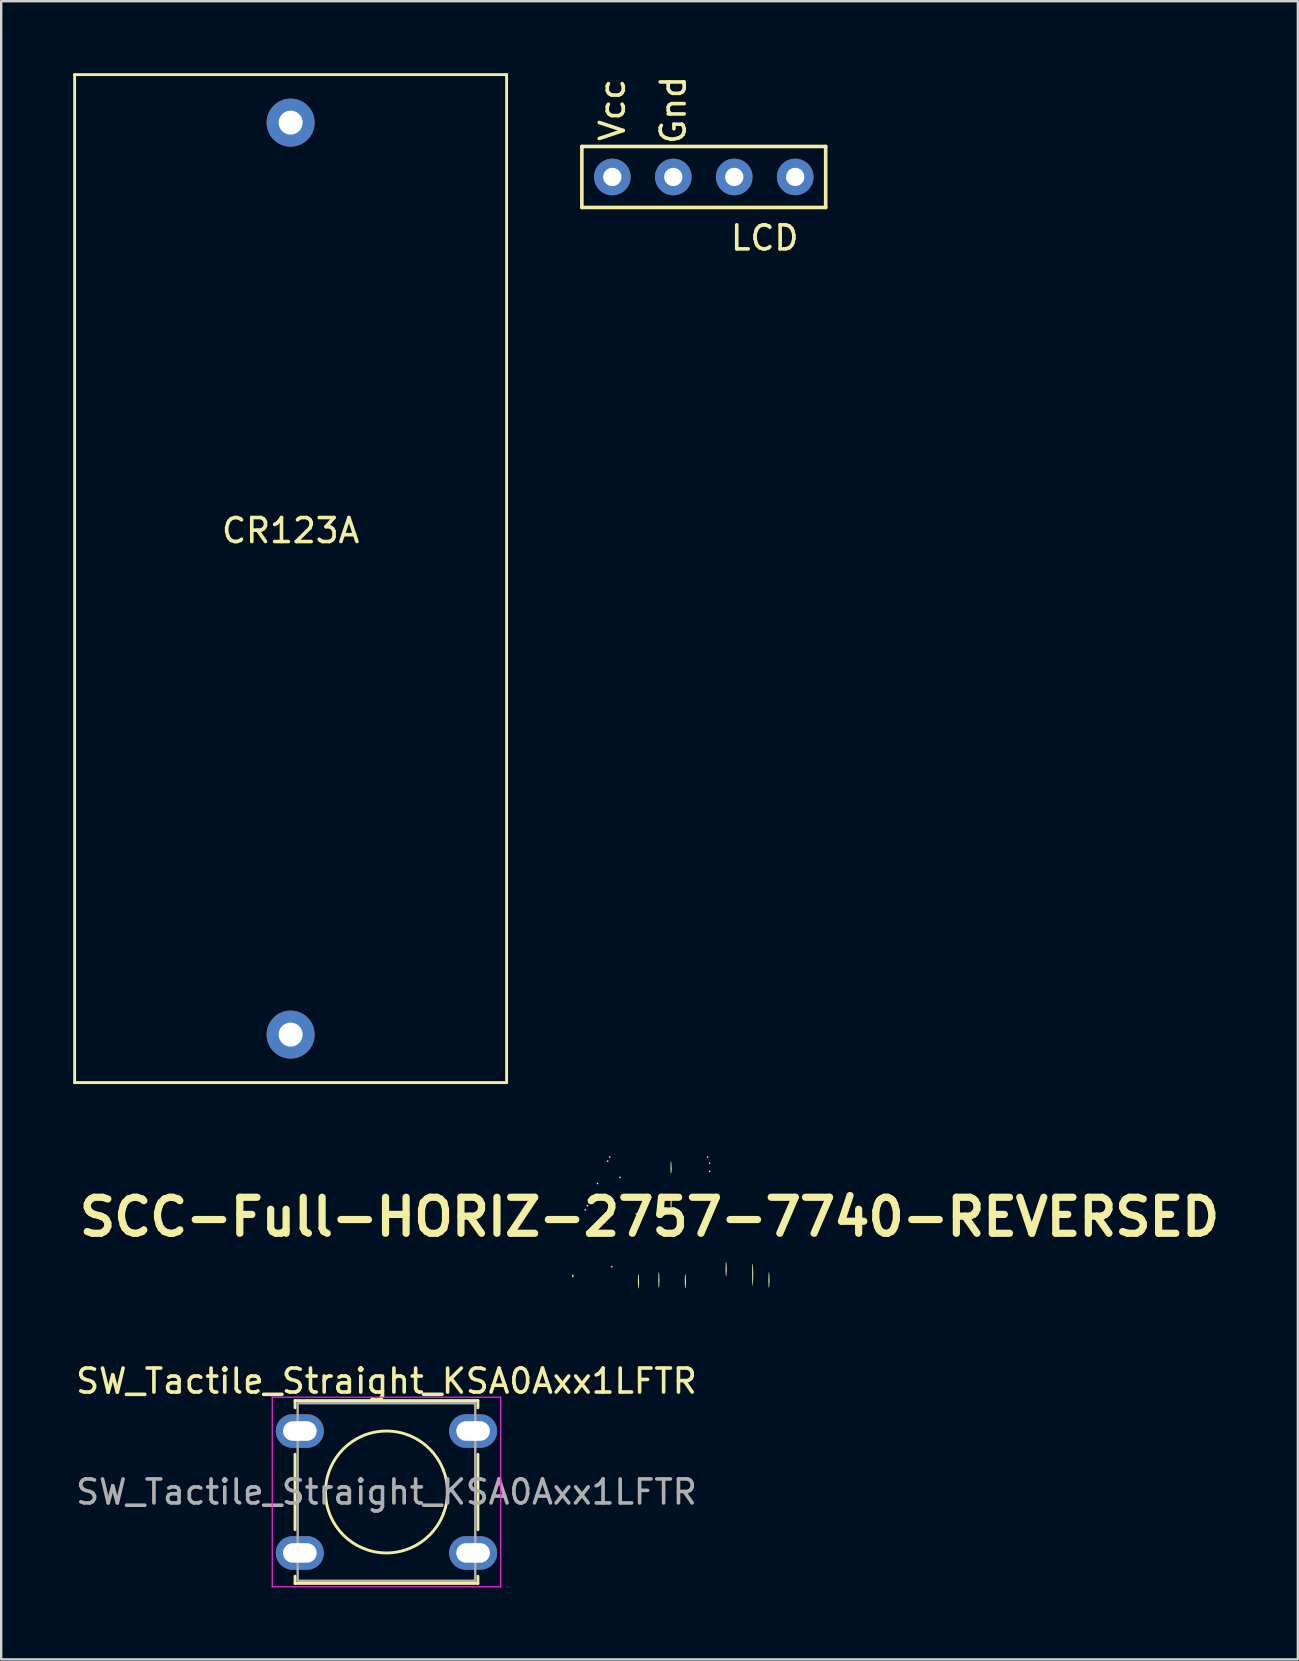
<source format=kicad_pcb>
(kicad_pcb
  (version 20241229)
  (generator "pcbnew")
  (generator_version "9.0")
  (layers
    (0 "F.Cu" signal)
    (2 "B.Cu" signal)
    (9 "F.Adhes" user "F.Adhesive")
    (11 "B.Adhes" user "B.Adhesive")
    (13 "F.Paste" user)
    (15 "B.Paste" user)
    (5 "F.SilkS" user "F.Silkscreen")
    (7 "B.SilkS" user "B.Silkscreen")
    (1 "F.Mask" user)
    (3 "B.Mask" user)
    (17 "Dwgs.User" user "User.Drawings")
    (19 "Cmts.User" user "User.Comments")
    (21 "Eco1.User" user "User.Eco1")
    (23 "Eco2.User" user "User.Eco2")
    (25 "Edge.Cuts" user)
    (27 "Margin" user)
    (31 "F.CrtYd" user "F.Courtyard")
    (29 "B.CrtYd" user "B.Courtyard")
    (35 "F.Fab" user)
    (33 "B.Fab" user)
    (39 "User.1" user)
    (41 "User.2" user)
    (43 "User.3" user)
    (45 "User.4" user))
  (footprint "CR123A"
    (layer "F.Cu")
    (at 9.06 21.06)
    (property "Reference" "CR123A" (at 0 -2 0) (layer "F.SilkS") (effects (font (size 1 1) (thickness 0.15))))
    (attr through_hole)
    (fp_line (start -9 -21) (end 9 -21) (stroke (width 0.12) (type solid)) (layer "F.SilkS"))
    (fp_line (start -9 21) (end -9 -21) (stroke (width 0.12) (type solid)) (layer "F.SilkS"))
    (fp_line (start 9 -21) (end 9 21) (stroke (width 0.12) (type solid)) (layer "F.SilkS"))
    (fp_line (start 9 21) (end -9 21) (stroke (width 0.12) (type solid)) (layer "F.SilkS"))
    (pad "1" thru_hole circle (at 0 -19) (size 2 2) (drill 1) (layers "*.Cu" "*.Mask"))
    (pad "2" thru_hole circle (at 0 19) (size 2 2) (drill 1) (layers "*.Cu" "*.Mask")))
  (footprint "LCD"
    (layer "F.Cu")
    (at 26.275 4.324)
    (property "Reference" "LCD" (at 2.54 2.54 0) (layer "F.SilkS") (effects (font (size 1 1) (thickness 0.15))))
    (attr through_hole)
    (fp_line (start -5.08 -1.27) (end -5.08 1.27) (stroke (width 0.15) (type solid)) (layer "F.SilkS"))
    (fp_line (start -5.08 1.27) (end 5.08 1.27) (stroke (width 0.15) (type solid)) (layer "F.SilkS"))
    (fp_line (start 5.08 -1.27) (end -5.08 -1.27) (stroke (width 0.15) (type solid)) (layer "F.SilkS"))
    (fp_line (start 5.08 1.27) (end 5.08 -1.27) (stroke (width 0.15) (type solid)) (layer "F.SilkS"))
    (fp_text user "Vcc" (at -3.81 -2.794 90) (layer "F.SilkS") (effects (font (size 1 1) (thickness 0.15))))
    (fp_text user "Gnd" (at -1.27 -2.794 90) (layer "F.SilkS") (effects (font (size 1 1) (thickness 0.15))))
    (pad "1" thru_hole circle (at -3.81 0) (size 1.524 1.524) (drill 0.762) (layers "*.Cu" "*.Mask"))
    (pad "2" thru_hole circle (at -1.27 0) (size 1.524 1.524) (drill 0.762) (layers "*.Cu" "*.Mask"))
    (pad "3" thru_hole circle (at 1.27 0) (size 1.524 1.524) (drill 0.762) (layers "*.Cu" "*.Mask"))
    (pad "4" thru_hole circle (at 3.81 0) (size 1.524 1.524) (drill 0.762) (layers "*.Cu" "*.Mask")))
  (footprint "SCC-Full-HORIZ-2757-7740-REVERSED"
    (layer "F.Cu")
    (at 24.014 47.66)
    (property "Reference" "SCC-Full-HORIZ-2757-7740-REVERSED" (at 0 0 0) (layer "F.SilkS") (effects (font (size 1.5 1.5) (thickness 0.3))))
    (attr board_only exclude_from_pos_files exclude_from_bom)
    (fp_poly (pts (xy -5.607 -0.804) (xy -5.649 -0.762) (xy -5.692 -0.804) (xy -5.649 -0.847)) (stroke (width 0) (type solid)) (fill yes) (layer "F.SilkS"))
    (fp_poly (pts (xy -2.633 -0.296) (xy -2.676 -0.254) (xy -2.718 -0.296) (xy -2.676 -0.339)) (stroke (width 0) (type solid)) (fill yes) (layer "F.SilkS"))
    (fp_poly (pts (xy -2.548 -0.466) (xy -2.591 -0.423) (xy -2.633 -0.466) (xy -2.591 -0.508)) (stroke (width 0) (type solid)) (fill yes) (layer "F.SilkS"))
    (fp_poly (pts (xy -2.124 -1.397) (xy -2.166 -1.355) (xy -2.209 -1.397) (xy -2.166 -1.439)) (stroke (width 0) (type solid)) (fill yes) (layer "F.SilkS"))
    (fp_poly (pts (xy -1.699 -2.328) (xy -1.741 -2.286) (xy -1.784 -2.328) (xy -1.741 -2.371)) (stroke (width 0) (type solid)) (fill yes) (layer "F.SilkS"))
    (fp_poly (pts (xy -1.614 -2.498) (xy -1.657 -2.455) (xy -1.699 -2.498) (xy -1.657 -2.54)) (stroke (width 0) (type solid)) (fill yes) (layer "F.SilkS"))
    (fp_poly (pts (xy -1.529 2.074) (xy -1.572 2.117) (xy -1.614 2.074) (xy -1.572 2.032)) (stroke (width 0) (type solid)) (fill yes) (layer "F.SilkS"))
    (fp_poly (pts (xy -1.189 -1.651) (xy -1.232 -1.609) (xy -1.274 -1.651) (xy -1.232 -1.693)) (stroke (width 0) (type solid)) (fill yes) (layer "F.SilkS"))
    (fp_poly (pts (xy -0.51 -0.127) (xy -0.552 -0.085) (xy -0.595 -0.127) (xy -0.552 -0.169)) (stroke (width 0) (type solid)) (fill yes) (layer "F.SilkS"))
    (fp_poly (pts (xy 2.464 -2.498) (xy 2.421 -2.455) (xy 2.379 -2.498) (xy 2.421 -2.54)) (stroke (width 0) (type solid)) (fill yes) (layer "F.SilkS"))
    (fp_poly (pts (xy 2.464 -0.296) (xy 2.421 -0.254) (xy 2.379 -0.296) (xy 2.421 -0.339)) (stroke (width 0) (type solid)) (fill yes) (layer "F.SilkS"))
    (fp_poly (pts (xy 2.548 -2.244) (xy 2.506 -2.201) (xy 2.464 -2.244) (xy 2.506 -2.286)) (stroke (width 0) (type solid)) (fill yes) (layer "F.SilkS"))
    (fp_poly (pts (xy 2.548 -1.905) (xy 2.506 -1.863) (xy 2.464 -1.905) (xy 2.506 -1.947)) (stroke (width 0) (type solid)) (fill yes) (layer "F.SilkS"))
    (fp_poly (pts (xy -3.171 2.399) (xy -3.161 2.499) (xy -3.171 2.512) (xy -3.222 2.5) (xy -3.228 2.455) (xy -3.197 2.386)) (stroke (width 0) (type solid)) (fill yes) (layer "F.SilkS"))
    (fp_poly (pts (xy 0.91 -2.264) (xy 0.924 -2.013) (xy 0.909 -1.84) (xy 0.889 -1.806) (xy 0.877 -1.917) (xy 0.874 -2.074) (xy 0.88 -2.266) (xy 0.895 -2.323)) (stroke (width 0) (type solid)) (fill yes) (layer "F.SilkS"))
    (fp_poly (pts (xy -0.448 2.434) (xy -0.448 2.436) (xy -0.434 2.712) (xy -0.449 2.944) (xy -0.467 2.99) (xy -0.479 2.89) (xy -0.483 2.667) (xy -0.478 2.45) (xy -0.466 2.366)) (stroke (width 0) (type solid)) (fill yes) (layer "F.SilkS"))
    (fp_poly (pts (xy 1.505 2.434) (xy 1.506 2.436) (xy 1.52 2.712) (xy 1.505 2.944) (xy 1.487 2.99) (xy 1.475 2.89) (xy 1.47 2.667) (xy 1.476 2.45) (xy 1.488 2.366)) (stroke (width 0) (type solid)) (fill yes) (layer "F.SilkS"))
    (fp_poly (pts (xy 3.204 1.926) (xy 3.205 1.928) (xy 3.219 2.204) (xy 3.204 2.436) (xy 3.186 2.482) (xy 3.174 2.382) (xy 3.169 2.159) (xy 3.175 1.942) (xy 3.187 1.858)) (stroke (width 0) (type solid)) (fill yes) (layer "F.SilkS"))
    (fp_poly (pts (xy 0.399 2.333) (xy 0.401 2.349) (xy 0.415 2.646) (xy 0.401 2.9) (xy 0.385 2.964) (xy 0.372 2.877) (xy 0.367 2.659) (xy 0.367 2.625) (xy 0.371 2.392) (xy 0.383 2.288)) (stroke (width 0) (type solid)) (fill yes) (layer "F.SilkS"))
    (fp_poly (pts (xy 0.909 -0.884) (xy 0.911 -0.868) (xy 0.925 -0.571) (xy 0.911 -0.318) (xy 0.894 -0.254) (xy 0.882 -0.34) (xy 0.877 -0.558) (xy 0.877 -0.593) (xy 0.881 -0.825) (xy 0.893 -0.929)) (stroke (width 0) (type solid)) (fill yes) (layer "F.SilkS"))
    (fp_poly (pts (xy 4.986 2.333) (xy 4.989 2.349) (xy 5.003 2.646) (xy 4.989 2.9) (xy 4.972 2.964) (xy 4.96 2.877) (xy 4.954 2.659) (xy 4.954 2.625) (xy 4.959 2.392) (xy 4.97 2.288)) (stroke (width 0) (type solid)) (fill yes) (layer "F.SilkS"))
    (fp_poly (pts (xy 4.31 2.008) (xy 4.323 2.328) (xy 4.316 2.682) (xy 4.31 2.77) (xy 4.297 2.869) (xy 4.286 2.814) (xy 4.279 2.619) (xy 4.278 2.413) (xy 4.28 2.126) (xy 4.288 1.962) (xy 4.3 1.938)) (stroke (width 0) (type solid)) (fill yes) (layer "F.SilkS")))
  (footprint "SW_Tactile_Straight_KSA0Axx1LFTR"
    (layer "F.Cu")
    (at 9.244 56.579)
    (property "Reference" "SW_Tactile_Straight_KSA0Axx1LFTR" (at 3.81 -2.08 0) (layer "F.SilkS") (effects (font (size 1 1) (thickness 0.15))))
    (attr through_hole)
    (fp_line (start 0 -1.27) (end 0 -0.97) (stroke (width 0.12) (type solid)) (layer "F.SilkS"))
    (fp_line (start 0 -1.27) (end 7.62 -1.27) (stroke (width 0.12) (type solid)) (layer "F.SilkS"))
    (fp_line (start 0 0.97) (end 0 4.11) (stroke (width 0.12) (type solid)) (layer "F.SilkS"))
    (fp_line (start 0 6.05) (end 0 6.35) (stroke (width 0.12) (type solid)) (layer "F.SilkS"))
    (fp_line (start 7.62 -1.27) (end 7.62 -0.97) (stroke (width 0.12) (type solid)) (layer "F.SilkS"))
    (fp_line (start 7.62 0.97) (end 7.62 4.11) (stroke (width 0.12) (type solid)) (layer "F.SilkS"))
    (fp_line (start 7.62 6.05) (end 7.62 6.35) (stroke (width 0.12) (type solid)) (layer "F.SilkS"))
    (fp_line (start 7.62 6.35) (end 0 6.35) (stroke (width 0.12) (type solid)) (layer "F.SilkS"))
    (fp_circle (center 3.81 2.54) (end 3.81 0) (stroke (width 0.12) (type solid)) (fill no) (layer "F.SilkS"))
    (fp_line (start -0.95 -1.41) (end -0.95 6.49) (stroke (width 0.05) (type solid)) (layer "F.CrtYd"))
    (fp_line (start -0.95 -1.41) (end 8.57 -1.41) (stroke (width 0.05) (type solid)) (layer "F.CrtYd"))
    (fp_line (start 8.57 6.49) (end -0.95 6.49) (stroke (width 0.05) (type solid)) (layer "F.CrtYd"))
    (fp_line (start 8.57 6.49) (end 8.57 -1.41) (stroke (width 0.05) (type solid)) (layer "F.CrtYd"))
    (fp_line (start 0.11 -1.16) (end 7.51 -1.16) (stroke (width 0.1) (type solid)) (layer "F.Fab"))
    (fp_line (start 0.11 6.24) (end 0.11 -1.16) (stroke (width 0.1) (type solid)) (layer "F.Fab"))
    (fp_line (start 7.51 -1.16) (end 7.51 6.24) (stroke (width 0.1) (type solid)) (layer "F.Fab"))
    (fp_line (start 7.51 6.24) (end 0.11 6.24) (stroke (width 0.1) (type solid)) (layer "F.Fab"))
    (fp_text user "${REFERENCE}" (at 3.81 2.54 0) (layer "F.Fab") (effects (font (size 1 1) (thickness 0.15))))
    (pad "1" thru_hole oval (at 0.2 0) (size 2 1.397) (drill oval 1.4 0.813) (layers "*.Cu" "*.Mask"))
    (pad "1" thru_hole oval (at 7.42 0) (size 2 1.397) (drill oval 1.4 0.813) (layers "*.Cu" "*.Mask"))
    (pad "2" thru_hole oval (at 0.2 5.08) (size 2 1.397) (drill oval 1.4 0.813) (layers "*.Cu" "*.Mask"))
    (pad "2" thru_hole oval (at 7.42 5.08) (size 2 1.397) (drill oval 1.4 0.813) (layers "*.Cu" "*.Mask")))
  (gr_rect
    (start -3 -3)
    (end 51.029 66.094)
    (stroke (width 0.1) (type default))
    (fill no)
    (layer "Edge.Cuts")))
</source>
